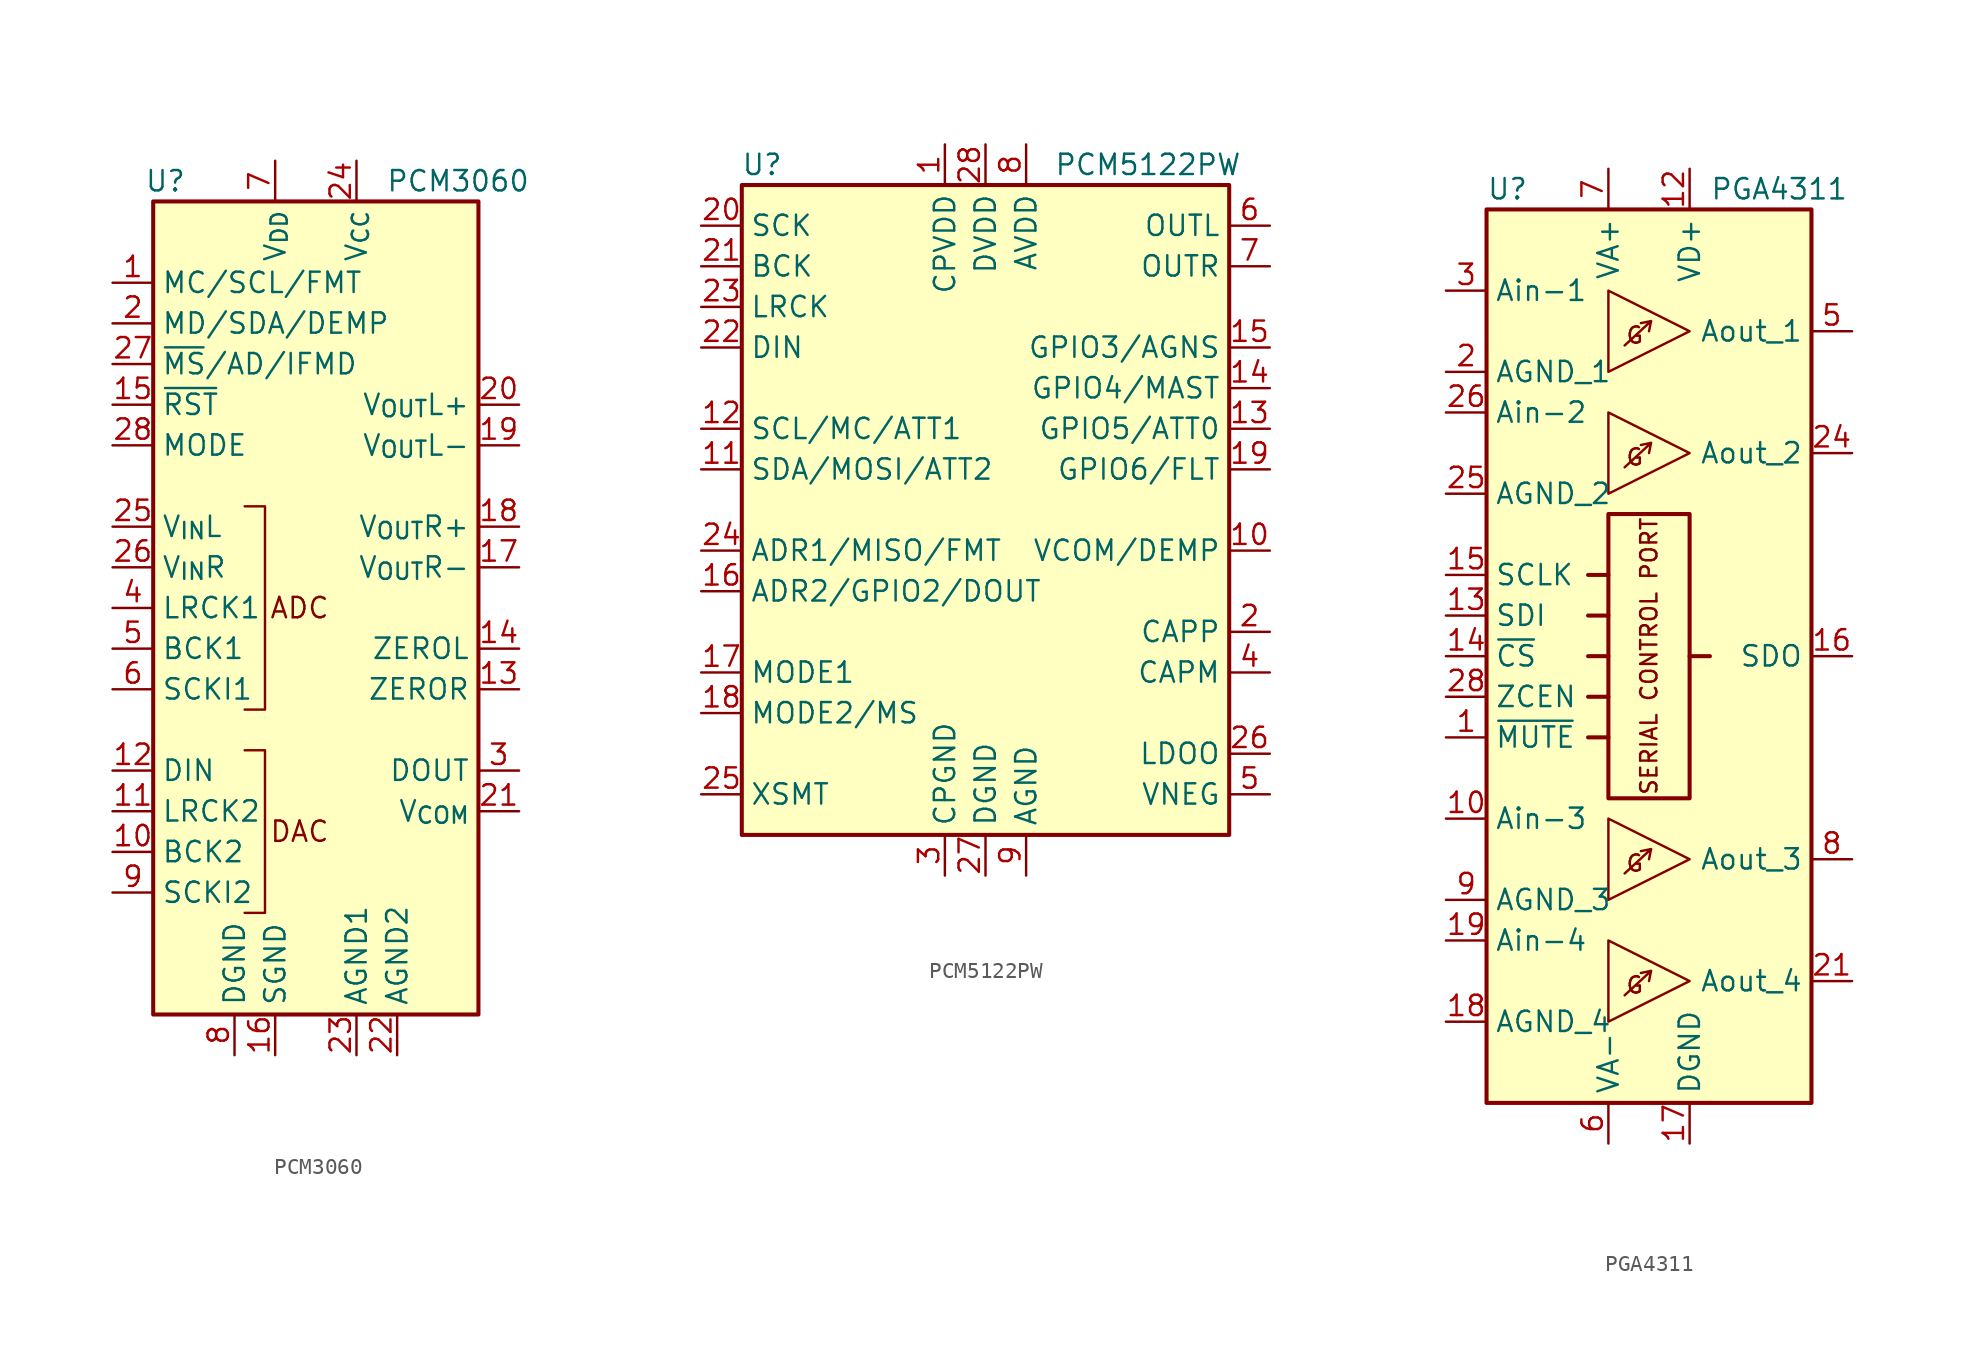
<source format=kicad_sym>
(kicad_symbol_lib
  (version 20241209)
  (generator "kicad_symbol_editor")
  (generator_version "9.0")
  (symbol "PCM3060"
    (property "Reference" "U"
      (at -9.398 26.67 0)
      (effects (font (size 1.27 1.27))))
    (property "Value" "PCM3060"
      (at 8.89 26.67 0)
      (effects (font (size 1.27 1.27))))
    (symbol "PCM3060_0_1"
      (rectangle (start -10.16 25.4) (end 10.16 -25.4) (stroke (width 0.254) (type default)) (fill (type background)))
      (polyline (pts (xy -4.445 -6.35) (xy -3.175 -6.35) (xy -3.175 6.35) (xy -4.445 6.35)) (stroke (width 0) (type default)) (fill (type none)))
      (polyline (pts (xy -4.445 -8.89) (xy -3.175 -8.89) (xy -3.175 -19.05) (xy -4.445 -19.05)) (stroke (width 0) (type default)) (fill (type none))))
    (symbol "PCM3060_1_1"
      (text "ADC" (at -1.016 0 0) (effects (font (size 1.27 1.27))))
      (text "DAC" (at -1.016 -13.97 0) (effects (font (size 1.27 1.27))))
      (pin input line (at -12.7 20.32 0) (length 2.54) (name "MC/SCL/FMT" (effects (font (size 1.27 1.27)))) (number "1" (effects (font (size 1.27 1.27)))))
      (pin bidirectional line (at -12.7 17.78 0) (length 2.54) (name "MD/SDA/DEMP" (effects (font (size 1.27 1.27)))) (number "2" (effects (font (size 1.27 1.27)))))
      (pin input line (at -12.7 15.24 0) (length 2.54) (name "~{MS}/AD/IFMD" (effects (font (size 1.27 1.27)))) (number "27" (effects (font (size 1.27 1.27)))))
      (pin input line (at -12.7 12.7 0) (length 2.54) (name "~{RST}" (effects (font (size 1.27 1.27)))) (number "15" (effects (font (size 1.27 1.27)))))
      (pin input line (at -12.7 10.16 0) (length 2.54) (name "MODE" (effects (font (size 1.27 1.27)))) (number "28" (effects (font (size 1.27 1.27)))))
      (pin input line (at -12.7 5.08 0) (length 2.54) (name "V_{IN}L" (effects (font (size 1.27 1.27)))) (number "25" (effects (font (size 1.27 1.27)))))
      (pin input line (at -12.7 2.54 0) (length 2.54) (name "V_{IN}R" (effects (font (size 1.27 1.27)))) (number "26" (effects (font (size 1.27 1.27)))))
      (pin bidirectional line (at -12.7 0 0) (length 2.54) (name "LRCK1" (effects (font (size 1.27 1.27)))) (number "4" (effects (font (size 1.27 1.27)))))
      (pin bidirectional line (at -12.7 -2.54 0) (length 2.54) (name "BCK1" (effects (font (size 1.27 1.27)))) (number "5" (effects (font (size 1.27 1.27)))))
      (pin input line (at -12.7 -5.08 0) (length 2.54) (name "SCKI1" (effects (font (size 1.27 1.27)))) (number "6" (effects (font (size 1.27 1.27)))))
      (pin input line (at -12.7 -10.16 0) (length 2.54) (name "DIN" (effects (font (size 1.27 1.27)))) (number "12" (effects (font (size 1.27 1.27)))))
      (pin bidirectional line (at -12.7 -12.7 0) (length 2.54) (name "LRCK2" (effects (font (size 1.27 1.27)))) (number "11" (effects (font (size 1.27 1.27)))))
      (pin bidirectional line (at -12.7 -15.24 0) (length 2.54) (name "BCK2" (effects (font (size 1.27 1.27)))) (number "10" (effects (font (size 1.27 1.27)))))
      (pin input line (at -12.7 -17.78 0) (length 2.54) (name "SCKI2" (effects (font (size 1.27 1.27)))) (number "9" (effects (font (size 1.27 1.27)))))
      (pin power_in line (at -5.08 -27.94 90) (length 2.54) (name "DGND" (effects (font (size 1.27 1.27)))) (number "8" (effects (font (size 1.27 1.27)))))
      (pin power_in line (at -2.54 27.94 270) (length 2.54) (name "V_{DD}" (effects (font (size 1.27 1.27)))) (number "7" (effects (font (size 1.27 1.27)))))
      (pin power_in line (at -2.54 -27.94 90) (length 2.54) (name "SGND" (effects (font (size 1.27 1.27)))) (number "16" (effects (font (size 1.27 1.27)))))
      (pin power_in line (at 2.54 27.94 270) (length 2.54) (name "V_{CC}" (effects (font (size 1.27 1.27)))) (number "24" (effects (font (size 1.27 1.27)))))
      (pin power_in line (at 2.54 -27.94 90) (length 2.54) (name "AGND1" (effects (font (size 1.27 1.27)))) (number "23" (effects (font (size 1.27 1.27)))))
      (pin power_in line (at 5.08 -27.94 90) (length 2.54) (name "AGND2" (effects (font (size 1.27 1.27)))) (number "22" (effects (font (size 1.27 1.27)))))
      (pin output line (at 12.7 12.7 180) (length 2.54) (name "V_{OUT}L+" (effects (font (size 1.27 1.27)))) (number "20" (effects (font (size 1.27 1.27)))))
      (pin output line (at 12.7 10.16 180) (length 2.54) (name "V_{OUT}L-" (effects (font (size 1.27 1.27)))) (number "19" (effects (font (size 1.27 1.27)))))
      (pin output line (at 12.7 5.08 180) (length 2.54) (name "V_{OUT}R+" (effects (font (size 1.27 1.27)))) (number "18" (effects (font (size 1.27 1.27)))))
      (pin output line (at 12.7 2.54 180) (length 2.54) (name "V_{OUT}R-" (effects (font (size 1.27 1.27)))) (number "17" (effects (font (size 1.27 1.27)))))
      (pin output line (at 12.7 -2.54 180) (length 2.54) (name "ZEROL" (effects (font (size 1.27 1.27)))) (number "14" (effects (font (size 1.27 1.27)))))
      (pin output line (at 12.7 -5.08 180) (length 2.54) (name "ZEROR" (effects (font (size 1.27 1.27)))) (number "13" (effects (font (size 1.27 1.27)))))
      (pin output line (at 12.7 -10.16 180) (length 2.54) (name "DOUT" (effects (font (size 1.27 1.27)))) (number "3" (effects (font (size 1.27 1.27)))))
      (pin output line (at 12.7 -12.7 180) (length 2.54) (name "V_{COM}" (effects (font (size 1.27 1.27)))) (number "21" (effects (font (size 1.27 1.27)))))))
  (symbol "PCM5122PW"
    (property "Reference" "U"
      (at -13.97 21.59 0)
      (effects (font (size 1.27 1.27))))
    (property "Value" "PCM5122PW"
      (at 10.16 21.59 0)
      (effects (font (size 1.27 1.27))))
    (symbol "PCM5122PW_0_1"
      (rectangle (start -15.24 20.32) (end 15.24 -20.32) (stroke (width 0.254) (type default)) (fill (type background))))
    (symbol "PCM5122PW_1_1"
      (pin input line (at -17.78 17.78 0) (length 2.54) (name "SCK" (effects (font (size 1.27 1.27)))) (number "20" (effects (font (size 1.27 1.27)))))
      (pin bidirectional line (at -17.78 15.24 0) (length 2.54) (name "BCK" (effects (font (size 1.27 1.27)))) (number "21" (effects (font (size 1.27 1.27)))))
      (pin bidirectional line (at -17.78 12.7 0) (length 2.54) (name "LRCK" (effects (font (size 1.27 1.27)))) (number "23" (effects (font (size 1.27 1.27)))))
      (pin input line (at -17.78 10.16 0) (length 2.54) (name "DIN" (effects (font (size 1.27 1.27)))) (number "22" (effects (font (size 1.27 1.27)))))
      (pin input line (at -17.78 5.08 0) (length 2.54) (name "SCL/MC/ATT1" (effects (font (size 1.27 1.27)))) (number "12" (effects (font (size 1.27 1.27)))))
      (pin bidirectional line (at -17.78 2.54 0) (length 2.54) (name "SDA/MOSI/ATT2" (effects (font (size 1.27 1.27)))) (number "11" (effects (font (size 1.27 1.27)))))
      (pin bidirectional line (at -17.78 -2.54 0) (length 2.54) (name "ADR1/MISO/FMT" (effects (font (size 1.27 1.27)))) (number "24" (effects (font (size 1.27 1.27)))))
      (pin bidirectional line (at -17.78 -5.08 0) (length 2.54) (name "ADR2/GPIO2/DOUT" (effects (font (size 1.27 1.27)))) (number "16" (effects (font (size 1.27 1.27)))))
      (pin input line (at -17.78 -10.16 0) (length 2.54) (name "MODE1" (effects (font (size 1.27 1.27)))) (number "17" (effects (font (size 1.27 1.27)))))
      (pin input line (at -17.78 -12.7 0) (length 2.54) (name "MODE2/MS" (effects (font (size 1.27 1.27)))) (number "18" (effects (font (size 1.27 1.27)))))
      (pin input line (at -17.78 -17.78 0) (length 2.54) (name "XSMT" (effects (font (size 1.27 1.27)))) (number "25" (effects (font (size 1.27 1.27)))))
      (pin power_in line (at -2.54 22.86 270) (length 2.54) (name "CPVDD" (effects (font (size 1.27 1.27)))) (number "1" (effects (font (size 1.27 1.27)))))
      (pin power_in line (at -2.54 -22.86 90) (length 2.54) (name "CPGND" (effects (font (size 1.27 1.27)))) (number "3" (effects (font (size 1.27 1.27)))))
      (pin power_in line (at 0 22.86 270) (length 2.54) (name "DVDD" (effects (font (size 1.27 1.27)))) (number "28" (effects (font (size 1.27 1.27)))))
      (pin power_in line (at 0 -22.86 90) (length 2.54) (name "DGND" (effects (font (size 1.27 1.27)))) (number "27" (effects (font (size 1.27 1.27)))))
      (pin power_in line (at 2.54 22.86 270) (length 2.54) (name "AVDD" (effects (font (size 1.27 1.27)))) (number "8" (effects (font (size 1.27 1.27)))))
      (pin power_in line (at 2.54 -22.86 90) (length 2.54) (name "AGND" (effects (font (size 1.27 1.27)))) (number "9" (effects (font (size 1.27 1.27)))))
      (pin output line (at 17.78 17.78 180) (length 2.54) (name "OUTL" (effects (font (size 1.27 1.27)))) (number "6" (effects (font (size 1.27 1.27)))))
      (pin output line (at 17.78 15.24 180) (length 2.54) (name "OUTR" (effects (font (size 1.27 1.27)))) (number "7" (effects (font (size 1.27 1.27)))))
      (pin bidirectional line (at 17.78 10.16 180) (length 2.54) (name "GPIO3/AGNS" (effects (font (size 1.27 1.27)))) (number "15" (effects (font (size 1.27 1.27)))))
      (pin bidirectional line (at 17.78 7.62 180) (length 2.54) (name "GPIO4/MAST" (effects (font (size 1.27 1.27)))) (number "14" (effects (font (size 1.27 1.27)))))
      (pin bidirectional line (at 17.78 5.08 180) (length 2.54) (name "GPIO5/ATT0" (effects (font (size 1.27 1.27)))) (number "13" (effects (font (size 1.27 1.27)))))
      (pin bidirectional line (at 17.78 2.54 180) (length 2.54) (name "GPIO6/FLT" (effects (font (size 1.27 1.27)))) (number "19" (effects (font (size 1.27 1.27)))))
      (pin bidirectional line (at 17.78 -2.54 180) (length 2.54) (name "VCOM/DEMP" (effects (font (size 1.27 1.27)))) (number "10" (effects (font (size 1.27 1.27)))))
      (pin passive line (at 17.78 -7.62 180) (length 2.54) (name "CAPP" (effects (font (size 1.27 1.27)))) (number "2" (effects (font (size 1.27 1.27)))))
      (pin passive line (at 17.78 -10.16 180) (length 2.54) (name "CAPM" (effects (font (size 1.27 1.27)))) (number "4" (effects (font (size 1.27 1.27)))))
      (pin passive line (at 17.78 -15.24 180) (length 2.54) (name "LDOO" (effects (font (size 1.27 1.27)))) (number "26" (effects (font (size 1.27 1.27)))))
      (pin passive line (at 17.78 -17.78 180) (length 2.54) (name "VNEG" (effects (font (size 1.27 1.27)))) (number "5" (effects (font (size 1.27 1.27)))))))
  (symbol "PGA4311"
    (property "Reference" "U"
      (at -10.16 29.21 0)
      (effects (font (size 1.27 1.27)) (justify left)))
    (property "Value" "PGA4311"
      (at 3.81 29.21 0)
      (effects (font (size 1.27 1.27)) (justify left)))
    (symbol "PGA4311_0_0"
      (polyline (pts (xy -3.81 5.08) (xy -2.54 5.08)) (stroke (width 0.254) (type default)) (fill (type none)))
      (polyline (pts (xy -3.81 2.54) (xy -2.54 2.54)) (stroke (width 0.254) (type default)) (fill (type none)))
      (polyline (pts (xy -3.81 0) (xy -2.54 0)) (stroke (width 0.254) (type default)) (fill (type none)))
      (polyline (pts (xy -3.81 -5.08) (xy -2.54 -5.08)) (stroke (width 0.254) (type default)) (fill (type none)))
      (rectangle (start -2.54 8.89) (end 2.54 -8.89) (stroke (width 0.254) (type default)) (fill (type none)))
      (polyline (pts (xy -2.54 -2.54) (xy -3.81 -2.54)) (stroke (width 0.254) (type default)) (fill (type none)))
      (polyline (pts (xy -1.524 19.431) (xy 0.127 20.955) (xy -0.508 20.828)) (stroke (width 0) (type default)) (fill (type none)))
      (polyline (pts (xy -1.524 11.811) (xy 0.127 13.335) (xy -0.508 13.208)) (stroke (width 0) (type default)) (fill (type none)))
      (polyline (pts (xy -1.524 -13.589) (xy 0.127 -12.065) (xy -0.508 -12.192)) (stroke (width 0) (type default)) (fill (type none)))
      (polyline (pts (xy -1.524 -21.209) (xy 0.127 -19.685) (xy -0.508 -19.812)) (stroke (width 0) (type default)) (fill (type none)))
      (polyline (pts (xy 0.127 20.955) (xy 0 20.32)) (stroke (width 0) (type default)) (fill (type none)))
      (polyline (pts (xy 0.127 13.335) (xy 0 12.7)) (stroke (width 0) (type default)) (fill (type none)))
      (polyline (pts (xy 0.127 -12.065) (xy 0 -12.7)) (stroke (width 0) (type default)) (fill (type none)))
      (polyline (pts (xy 0.127 -19.685) (xy 0 -20.32)) (stroke (width 0) (type default)) (fill (type none)))
      (polyline (pts (xy 2.54 0) (xy 3.81 0)) (stroke (width 0.254) (type default)) (fill (type none)))
      (text "G" (at -0.889 20.066 0) (effects (font (size 1.016 1.016))))
      (text "G" (at -0.889 12.446 0) (effects (font (size 1.016 1.016))))
      (text "G" (at -0.889 -12.954 0) (effects (font (size 1.016 1.016))))
      (text "G" (at -0.889 -20.574 0) (effects (font (size 1.016 1.016))))
      (text "SERIAL CONTROL PORT" (at 0 0 900) (effects (font (size 1.016 1.016))))
      (pin input line (at -12.7 -5.08 0) (length 2.54) (name "~{MUTE}" (effects (font (size 1.27 1.27)))) (number "1" (effects (font (size 1.27 1.27))))))
    (symbol "PGA4311_0_1"
      (rectangle (start -10.16 27.94) (end 10.16 -27.94) (stroke (width 0.254) (type default)) (fill (type background)))
      (polyline (pts (xy -2.54 22.86) (xy 2.54 20.32) (xy -2.54 17.78) (xy -2.54 22.86)) (stroke (width 0) (type default)) (fill (type none)))
      (polyline (pts (xy -2.54 15.24) (xy 2.54 12.7) (xy -2.54 10.16) (xy -2.54 15.24)) (stroke (width 0) (type default)) (fill (type none)))
      (polyline (pts (xy -2.54 -10.16) (xy 2.54 -12.7) (xy -2.54 -15.24) (xy -2.54 -10.16)) (stroke (width 0) (type default)) (fill (type none)))
      (polyline (pts (xy -2.54 -17.78) (xy 2.54 -20.32) (xy -2.54 -22.86) (xy -2.54 -17.78)) (stroke (width 0) (type default)) (fill (type none))))
    (symbol "PGA4311_1_1"
      (pin input line (at -12.7 22.86 0) (length 2.54) (name "Ain-1" (effects (font (size 1.27 1.27)))) (number "3" (effects (font (size 1.27 1.27)))))
      (pin power_in line (at -12.7 17.78 0) (length 2.54) (name "AGND_1" (effects (font (size 1.27 1.27)))) (number "2" (effects (font (size 1.27 1.27)))))
      (pin passive line (at -12.7 17.78 0) (length 2.54) (hide yes) (name "AGND_1" (effects (font (size 1.27 1.27)))) (number "4" (effects (font (size 1.27 1.27)))))
      (pin input line (at -12.7 15.24 0) (length 2.54) (name "Ain-2" (effects (font (size 1.27 1.27)))) (number "26" (effects (font (size 1.27 1.27)))))
      (pin power_in line (at -12.7 10.16 0) (length 2.54) (name "AGND_2" (effects (font (size 1.27 1.27)))) (number "25" (effects (font (size 1.27 1.27)))))
      (pin passive line (at -12.7 10.16 0) (length 2.54) (hide yes) (name "AGND_2" (effects (font (size 1.27 1.27)))) (number "27" (effects (font (size 1.27 1.27)))))
      (pin input line (at -12.7 5.08 0) (length 2.54) (name "SCLK" (effects (font (size 1.27 1.27)))) (number "15" (effects (font (size 1.27 1.27)))))
      (pin input line (at -12.7 2.54 0) (length 2.54) (name "SDI" (effects (font (size 1.27 1.27)))) (number "13" (effects (font (size 1.27 1.27)))))
      (pin input line (at -12.7 0 0) (length 2.54) (name "~{CS}" (effects (font (size 1.27 1.27)))) (number "14" (effects (font (size 1.27 1.27)))))
      (pin input line (at -12.7 -2.54 0) (length 2.54) (name "ZCEN" (effects (font (size 1.27 1.27)))) (number "28" (effects (font (size 1.27 1.27)))))
      (pin input line (at -12.7 -10.16 0) (length 2.54) (name "Ain-3" (effects (font (size 1.27 1.27)))) (number "10" (effects (font (size 1.27 1.27)))))
      (pin passive line (at -12.7 -15.24 0) (length 2.54) (hide yes) (name "AGND_3" (effects (font (size 1.27 1.27)))) (number "11" (effects (font (size 1.27 1.27)))))
      (pin power_in line (at -12.7 -15.24 0) (length 2.54) (name "AGND_3" (effects (font (size 1.27 1.27)))) (number "9" (effects (font (size 1.27 1.27)))))
      (pin input line (at -12.7 -17.78 0) (length 2.54) (name "Ain-4" (effects (font (size 1.27 1.27)))) (number "19" (effects (font (size 1.27 1.27)))))
      (pin power_in line (at -12.7 -22.86 0) (length 2.54) (name "AGND_4" (effects (font (size 1.27 1.27)))) (number "18" (effects (font (size 1.27 1.27)))))
      (pin passive line (at -12.7 -22.86 0) (length 2.54) (hide yes) (name "AGND_4" (effects (font (size 1.27 1.27)))) (number "20" (effects (font (size 1.27 1.27)))))
      (pin passive line (at -2.54 30.48 270) (length 2.54) (hide yes) (name "VA+" (effects (font (size 1.27 1.27)))) (number "22" (effects (font (size 1.27 1.27)))))
      (pin power_in line (at -2.54 30.48 270) (length 2.54) (name "VA+" (effects (font (size 1.27 1.27)))) (number "7" (effects (font (size 1.27 1.27)))))
      (pin passive line (at -2.54 -30.48 90) (length 2.54) (hide yes) (name "VA-" (effects (font (size 1.27 1.27)))) (number "23" (effects (font (size 1.27 1.27)))))
      (pin power_in line (at -2.54 -30.48 90) (length 2.54) (name "VA-" (effects (font (size 1.27 1.27)))) (number "6" (effects (font (size 1.27 1.27)))))
      (pin power_in line (at 2.54 30.48 270) (length 2.54) (name "VD+" (effects (font (size 1.27 1.27)))) (number "12" (effects (font (size 1.27 1.27)))))
      (pin power_in line (at 2.54 -30.48 90) (length 2.54) (name "DGND" (effects (font (size 1.27 1.27)))) (number "17" (effects (font (size 1.27 1.27)))))
      (pin output line (at 12.7 20.32 180) (length 2.54) (name "Aout_1" (effects (font (size 1.27 1.27)))) (number "5" (effects (font (size 1.27 1.27)))))
      (pin output line (at 12.7 12.7 180) (length 2.54) (name "Aout_2" (effects (font (size 1.27 1.27)))) (number "24" (effects (font (size 1.27 1.27)))))
      (pin output line (at 12.7 0 180) (length 2.54) (name "SDO" (effects (font (size 1.27 1.27)))) (number "16" (effects (font (size 1.27 1.27)))))
      (pin output line (at 12.7 -12.7 180) (length 2.54) (name "Aout_3" (effects (font (size 1.27 1.27)))) (number "8" (effects (font (size 1.27 1.27)))))
      (pin output line (at 12.7 -20.32 180) (length 2.54) (name "Aout_4" (effects (font (size 1.27 1.27)))) (number "21" (effects (font (size 1.27 1.27))))))))
</source>
